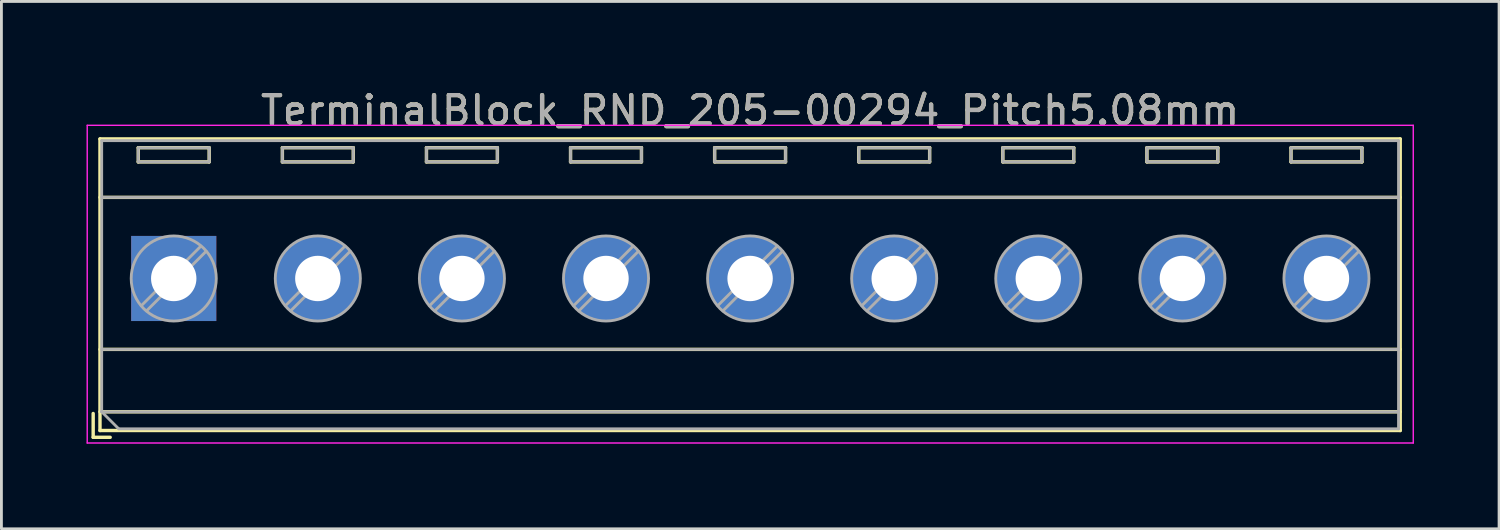
<source format=kicad_pcb>
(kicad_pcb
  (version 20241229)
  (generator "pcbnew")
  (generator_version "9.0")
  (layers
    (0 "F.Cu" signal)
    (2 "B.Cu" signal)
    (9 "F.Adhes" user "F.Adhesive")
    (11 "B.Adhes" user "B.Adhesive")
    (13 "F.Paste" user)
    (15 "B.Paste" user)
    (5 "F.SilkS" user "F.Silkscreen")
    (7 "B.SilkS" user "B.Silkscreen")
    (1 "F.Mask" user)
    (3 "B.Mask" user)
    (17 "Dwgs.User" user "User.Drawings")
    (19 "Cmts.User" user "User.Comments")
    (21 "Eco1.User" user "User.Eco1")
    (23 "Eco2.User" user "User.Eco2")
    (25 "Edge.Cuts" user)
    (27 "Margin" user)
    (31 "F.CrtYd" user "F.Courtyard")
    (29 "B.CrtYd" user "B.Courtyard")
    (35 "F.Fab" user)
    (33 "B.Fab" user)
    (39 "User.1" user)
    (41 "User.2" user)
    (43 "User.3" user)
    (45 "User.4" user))
  (footprint "TerminalBlock_RND_205-00294_Pitch5.08mm"
    (layer "F.Cu")
    (at 3.075 6.768)
    (property "Reference" "TerminalBlock_RND_205-00294_Pitch5.08mm" (at 20.32 -5.92 0) (layer "F.SilkS") (effects (font (size 1 1) (thickness 0.15))))
    (attr through_hole)
    (fp_line (start -2.84 4.76) (end -2.84 5.6) (stroke (width 0.12) (type solid)) (layer "F.SilkS"))
    (fp_line (start -2.84 5.6) (end -2.24 5.6) (stroke (width 0.12) (type solid)) (layer "F.SilkS"))
    (fp_line (start -2.6 -4.92) (end -2.6 5.36) (stroke (width 0.12) (type solid)) (layer "F.SilkS"))
    (fp_line (start -2.6 -2.86) (end 43.24 -2.86) (stroke (width 0.12) (type solid)) (layer "F.SilkS"))
    (fp_line (start -2.6 2.5) (end 43.24 2.5) (stroke (width 0.12) (type solid)) (layer "F.SilkS"))
    (fp_line (start -2.6 4.7) (end 43.24 4.7) (stroke (width 0.12) (type solid)) (layer "F.SilkS"))
    (fp_line (start -2.6 5.36) (end 43.24 5.36) (stroke (width 0.12) (type solid)) (layer "F.SilkS"))
    (fp_line (start -1.25 -4.61) (end -1.25 -4.11) (stroke (width 0.12) (type solid)) (layer "F.SilkS"))
    (fp_line (start -1.25 -4.61) (end 1.25 -4.61) (stroke (width 0.12) (type solid)) (layer "F.SilkS"))
    (fp_line (start -1.25 -4.11) (end 1.25 -4.11) (stroke (width 0.12) (type solid)) (layer "F.SilkS"))
    (fp_line (start 1.25 -4.61) (end 1.25 -4.11) (stroke (width 0.12) (type solid)) (layer "F.SilkS"))
    (fp_line (start 3.83 -4.61) (end 3.83 -4.11) (stroke (width 0.12) (type solid)) (layer "F.SilkS"))
    (fp_line (start 3.83 -4.61) (end 6.33 -4.61) (stroke (width 0.12) (type solid)) (layer "F.SilkS"))
    (fp_line (start 3.83 -4.11) (end 6.33 -4.11) (stroke (width 0.12) (type solid)) (layer "F.SilkS"))
    (fp_line (start 6.33 -4.61) (end 6.33 -4.11) (stroke (width 0.12) (type solid)) (layer "F.SilkS"))
    (fp_line (start 8.91 -4.61) (end 8.91 -4.11) (stroke (width 0.12) (type solid)) (layer "F.SilkS"))
    (fp_line (start 8.91 -4.61) (end 11.41 -4.61) (stroke (width 0.12) (type solid)) (layer "F.SilkS"))
    (fp_line (start 8.91 -4.11) (end 11.41 -4.11) (stroke (width 0.12) (type solid)) (layer "F.SilkS"))
    (fp_line (start 11.41 -4.61) (end 11.41 -4.11) (stroke (width 0.12) (type solid)) (layer "F.SilkS"))
    (fp_line (start 13.99 -4.61) (end 13.99 -4.11) (stroke (width 0.12) (type solid)) (layer "F.SilkS"))
    (fp_line (start 13.99 -4.61) (end 16.49 -4.61) (stroke (width 0.12) (type solid)) (layer "F.SilkS"))
    (fp_line (start 13.99 -4.11) (end 16.49 -4.11) (stroke (width 0.12) (type solid)) (layer "F.SilkS"))
    (fp_line (start 16.49 -4.61) (end 16.49 -4.11) (stroke (width 0.12) (type solid)) (layer "F.SilkS"))
    (fp_line (start 19.07 -4.61) (end 19.07 -4.11) (stroke (width 0.12) (type solid)) (layer "F.SilkS"))
    (fp_line (start 19.07 -4.61) (end 21.57 -4.61) (stroke (width 0.12) (type solid)) (layer "F.SilkS"))
    (fp_line (start 19.07 -4.11) (end 21.57 -4.11) (stroke (width 0.12) (type solid)) (layer "F.SilkS"))
    (fp_line (start 21.57 -4.61) (end 21.57 -4.11) (stroke (width 0.12) (type solid)) (layer "F.SilkS"))
    (fp_line (start 24.15 -4.61) (end 24.15 -4.11) (stroke (width 0.12) (type solid)) (layer "F.SilkS"))
    (fp_line (start 24.15 -4.61) (end 26.65 -4.61) (stroke (width 0.12) (type solid)) (layer "F.SilkS"))
    (fp_line (start 24.15 -4.11) (end 26.65 -4.11) (stroke (width 0.12) (type solid)) (layer "F.SilkS"))
    (fp_line (start 26.65 -4.61) (end 26.65 -4.11) (stroke (width 0.12) (type solid)) (layer "F.SilkS"))
    (fp_line (start 29.23 -4.61) (end 29.23 -4.11) (stroke (width 0.12) (type solid)) (layer "F.SilkS"))
    (fp_line (start 29.23 -4.61) (end 31.73 -4.61) (stroke (width 0.12) (type solid)) (layer "F.SilkS"))
    (fp_line (start 29.23 -4.11) (end 31.73 -4.11) (stroke (width 0.12) (type solid)) (layer "F.SilkS"))
    (fp_line (start 31.73 -4.61) (end 31.73 -4.11) (stroke (width 0.12) (type solid)) (layer "F.SilkS"))
    (fp_line (start 34.31 -4.61) (end 34.31 -4.11) (stroke (width 0.12) (type solid)) (layer "F.SilkS"))
    (fp_line (start 34.31 -4.61) (end 36.81 -4.61) (stroke (width 0.12) (type solid)) (layer "F.SilkS"))
    (fp_line (start 34.31 -4.11) (end 36.81 -4.11) (stroke (width 0.12) (type solid)) (layer "F.SilkS"))
    (fp_line (start 36.81 -4.61) (end 36.81 -4.11) (stroke (width 0.12) (type solid)) (layer "F.SilkS"))
    (fp_line (start 39.39 -4.61) (end 39.39 -4.11) (stroke (width 0.12) (type solid)) (layer "F.SilkS"))
    (fp_line (start 39.39 -4.61) (end 41.89 -4.61) (stroke (width 0.12) (type solid)) (layer "F.SilkS"))
    (fp_line (start 39.39 -4.11) (end 41.89 -4.11) (stroke (width 0.12) (type solid)) (layer "F.SilkS"))
    (fp_line (start 41.89 -4.61) (end 41.89 -4.11) (stroke (width 0.12) (type solid)) (layer "F.SilkS"))
    (fp_line (start 43.24 -4.92) (end -2.6 -4.92) (stroke (width 0.12) (type solid)) (layer "F.SilkS"))
    (fp_line (start 43.24 5.36) (end 43.24 -4.92) (stroke (width 0.12) (type solid)) (layer "F.SilkS"))
    (fp_line (start -3.05 -5.4) (end -3.05 5.8) (stroke (width 0.05) (type solid)) (layer "F.CrtYd"))
    (fp_line (start -3.05 5.8) (end 43.7 5.8) (stroke (width 0.05) (type solid)) (layer "F.CrtYd"))
    (fp_line (start 43.7 -5.4) (end -3.05 -5.4) (stroke (width 0.05) (type solid)) (layer "F.CrtYd"))
    (fp_line (start 43.7 5.8) (end 43.7 -5.4) (stroke (width 0.05) (type solid)) (layer "F.CrtYd"))
    (fp_line (start -2.54 -4.86) (end 43.18 -4.86) (stroke (width 0.1) (type solid)) (layer "F.Fab"))
    (fp_line (start -2.54 -2.86) (end 43.18 -2.86) (stroke (width 0.1) (type solid)) (layer "F.Fab"))
    (fp_line (start -2.54 2.5) (end 43.18 2.5) (stroke (width 0.1) (type solid)) (layer "F.Fab"))
    (fp_line (start -2.54 4.7) (end -2.54 -4.86) (stroke (width 0.1) (type solid)) (layer "F.Fab"))
    (fp_line (start -2.54 4.7) (end 43.18 4.7) (stroke (width 0.1) (type solid)) (layer "F.Fab"))
    (fp_line (start -1.94 5.3) (end -2.54 4.7) (stroke (width 0.1) (type solid)) (layer "F.Fab"))
    (fp_line (start -1.25 -4.61) (end -1.25 -4.11) (stroke (width 0.1) (type solid)) (layer "F.Fab"))
    (fp_line (start -1.25 -4.11) (end 1.25 -4.11) (stroke (width 0.1) (type solid)) (layer "F.Fab"))
    (fp_line (start 0.955 -1.138) (end -1.138 0.955) (stroke (width 0.1) (type solid)) (layer "F.Fab"))
    (fp_line (start 1.138 -0.955) (end -0.955 1.138) (stroke (width 0.1) (type solid)) (layer "F.Fab"))
    (fp_line (start 1.25 -4.61) (end -1.25 -4.61) (stroke (width 0.1) (type solid)) (layer "F.Fab"))
    (fp_line (start 1.25 -4.11) (end 1.25 -4.61) (stroke (width 0.1) (type solid)) (layer "F.Fab"))
    (fp_line (start 3.83 -4.61) (end 3.83 -4.11) (stroke (width 0.1) (type solid)) (layer "F.Fab"))
    (fp_line (start 3.83 -4.11) (end 6.33 -4.11) (stroke (width 0.1) (type solid)) (layer "F.Fab"))
    (fp_line (start 6.035 -1.138) (end 3.943 0.955) (stroke (width 0.1) (type solid)) (layer "F.Fab"))
    (fp_line (start 6.218 -0.955) (end 4.126 1.138) (stroke (width 0.1) (type solid)) (layer "F.Fab"))
    (fp_line (start 6.33 -4.61) (end 3.83 -4.61) (stroke (width 0.1) (type solid)) (layer "F.Fab"))
    (fp_line (start 6.33 -4.11) (end 6.33 -4.61) (stroke (width 0.1) (type solid)) (layer "F.Fab"))
    (fp_line (start 8.91 -4.61) (end 8.91 -4.11) (stroke (width 0.1) (type solid)) (layer "F.Fab"))
    (fp_line (start 8.91 -4.11) (end 11.41 -4.11) (stroke (width 0.1) (type solid)) (layer "F.Fab"))
    (fp_line (start 11.115 -1.138) (end 9.023 0.955) (stroke (width 0.1) (type solid)) (layer "F.Fab"))
    (fp_line (start 11.298 -0.955) (end 9.206 1.138) (stroke (width 0.1) (type solid)) (layer "F.Fab"))
    (fp_line (start 11.41 -4.61) (end 8.91 -4.61) (stroke (width 0.1) (type solid)) (layer "F.Fab"))
    (fp_line (start 11.41 -4.11) (end 11.41 -4.61) (stroke (width 0.1) (type solid)) (layer "F.Fab"))
    (fp_line (start 13.99 -4.61) (end 13.99 -4.11) (stroke (width 0.1) (type solid)) (layer "F.Fab"))
    (fp_line (start 13.99 -4.11) (end 16.49 -4.11) (stroke (width 0.1) (type solid)) (layer "F.Fab"))
    (fp_line (start 16.195 -1.138) (end 14.103 0.955) (stroke (width 0.1) (type solid)) (layer "F.Fab"))
    (fp_line (start 16.378 -0.955) (end 14.286 1.138) (stroke (width 0.1) (type solid)) (layer "F.Fab"))
    (fp_line (start 16.49 -4.61) (end 13.99 -4.61) (stroke (width 0.1) (type solid)) (layer "F.Fab"))
    (fp_line (start 16.49 -4.11) (end 16.49 -4.61) (stroke (width 0.1) (type solid)) (layer "F.Fab"))
    (fp_line (start 19.07 -4.61) (end 19.07 -4.11) (stroke (width 0.1) (type solid)) (layer "F.Fab"))
    (fp_line (start 19.07 -4.11) (end 21.57 -4.11) (stroke (width 0.1) (type solid)) (layer "F.Fab"))
    (fp_line (start 21.275 -1.138) (end 19.183 0.955) (stroke (width 0.1) (type solid)) (layer "F.Fab"))
    (fp_line (start 21.458 -0.955) (end 19.366 1.138) (stroke (width 0.1) (type solid)) (layer "F.Fab"))
    (fp_line (start 21.57 -4.61) (end 19.07 -4.61) (stroke (width 0.1) (type solid)) (layer "F.Fab"))
    (fp_line (start 21.57 -4.11) (end 21.57 -4.61) (stroke (width 0.1) (type solid)) (layer "F.Fab"))
    (fp_line (start 24.15 -4.61) (end 24.15 -4.11) (stroke (width 0.1) (type solid)) (layer "F.Fab"))
    (fp_line (start 24.15 -4.11) (end 26.65 -4.11) (stroke (width 0.1) (type solid)) (layer "F.Fab"))
    (fp_line (start 26.355 -1.138) (end 24.263 0.955) (stroke (width 0.1) (type solid)) (layer "F.Fab"))
    (fp_line (start 26.538 -0.955) (end 24.446 1.138) (stroke (width 0.1) (type solid)) (layer "F.Fab"))
    (fp_line (start 26.65 -4.61) (end 24.15 -4.61) (stroke (width 0.1) (type solid)) (layer "F.Fab"))
    (fp_line (start 26.65 -4.11) (end 26.65 -4.61) (stroke (width 0.1) (type solid)) (layer "F.Fab"))
    (fp_line (start 29.23 -4.61) (end 29.23 -4.11) (stroke (width 0.1) (type solid)) (layer "F.Fab"))
    (fp_line (start 29.23 -4.11) (end 31.73 -4.11) (stroke (width 0.1) (type solid)) (layer "F.Fab"))
    (fp_line (start 31.435 -1.138) (end 29.343 0.955) (stroke (width 0.1) (type solid)) (layer "F.Fab"))
    (fp_line (start 31.618 -0.955) (end 29.526 1.138) (stroke (width 0.1) (type solid)) (layer "F.Fab"))
    (fp_line (start 31.73 -4.61) (end 29.23 -4.61) (stroke (width 0.1) (type solid)) (layer "F.Fab"))
    (fp_line (start 31.73 -4.11) (end 31.73 -4.61) (stroke (width 0.1) (type solid)) (layer "F.Fab"))
    (fp_line (start 34.31 -4.61) (end 34.31 -4.11) (stroke (width 0.1) (type solid)) (layer "F.Fab"))
    (fp_line (start 34.31 -4.11) (end 36.81 -4.11) (stroke (width 0.1) (type solid)) (layer "F.Fab"))
    (fp_line (start 36.515 -1.138) (end 34.423 0.955) (stroke (width 0.1) (type solid)) (layer "F.Fab"))
    (fp_line (start 36.698 -0.955) (end 34.606 1.138) (stroke (width 0.1) (type solid)) (layer "F.Fab"))
    (fp_line (start 36.81 -4.61) (end 34.31 -4.61) (stroke (width 0.1) (type solid)) (layer "F.Fab"))
    (fp_line (start 36.81 -4.11) (end 36.81 -4.61) (stroke (width 0.1) (type solid)) (layer "F.Fab"))
    (fp_line (start 39.39 -4.61) (end 39.39 -4.11) (stroke (width 0.1) (type solid)) (layer "F.Fab"))
    (fp_line (start 39.39 -4.11) (end 41.89 -4.11) (stroke (width 0.1) (type solid)) (layer "F.Fab"))
    (fp_line (start 41.595 -1.138) (end 39.503 0.955) (stroke (width 0.1) (type solid)) (layer "F.Fab"))
    (fp_line (start 41.778 -0.955) (end 39.686 1.138) (stroke (width 0.1) (type solid)) (layer "F.Fab"))
    (fp_line (start 41.89 -4.61) (end 39.39 -4.61) (stroke (width 0.1) (type solid)) (layer "F.Fab"))
    (fp_line (start 41.89 -4.11) (end 41.89 -4.61) (stroke (width 0.1) (type solid)) (layer "F.Fab"))
    (fp_line (start 43.18 -4.86) (end 43.18 5.3) (stroke (width 0.1) (type solid)) (layer "F.Fab"))
    (fp_line (start 43.18 5.3) (end -1.94 5.3) (stroke (width 0.1) (type solid)) (layer "F.Fab"))
    (fp_circle (center 0 0) (end 1.5 0) (stroke (width 0.1) (type solid)) (fill no) (layer "F.Fab"))
    (fp_circle (center 5.08 0) (end 6.58 0) (stroke (width 0.1) (type solid)) (fill no) (layer "F.Fab"))
    (fp_circle (center 10.16 0) (end 11.66 0) (stroke (width 0.1) (type solid)) (fill no) (layer "F.Fab"))
    (fp_circle (center 15.24 0) (end 16.74 0) (stroke (width 0.1) (type solid)) (fill no) (layer "F.Fab"))
    (fp_circle (center 20.32 0) (end 21.82 0) (stroke (width 0.1) (type solid)) (fill no) (layer "F.Fab"))
    (fp_circle (center 25.4 0) (end 26.9 0) (stroke (width 0.1) (type solid)) (fill no) (layer "F.Fab"))
    (fp_circle (center 30.48 0) (end 31.98 0) (stroke (width 0.1) (type solid)) (fill no) (layer "F.Fab"))
    (fp_circle (center 35.56 0) (end 37.06 0) (stroke (width 0.1) (type solid)) (fill no) (layer "F.Fab"))
    (fp_circle (center 40.64 0) (end 42.14 0) (stroke (width 0.1) (type solid)) (fill no) (layer "F.Fab"))
    (fp_text user "${REFERENCE}" (at 20.32 -5.92 0) (layer "F.Fab") (effects (font (size 1 1) (thickness 0.15))))
    (pad "1" thru_hole rect (at 0 0) (size 3 3) (drill 1.6) (layers "*.Cu" "*.Mask"))
    (pad "2" thru_hole circle (at 5.08 0) (size 3 3) (drill 1.6) (layers "*.Cu" "*.Mask"))
    (pad "3" thru_hole circle (at 10.16 0) (size 3 3) (drill 1.6) (layers "*.Cu" "*.Mask"))
    (pad "4" thru_hole circle (at 15.24 0) (size 3 3) (drill 1.6) (layers "*.Cu" "*.Mask"))
    (pad "5" thru_hole circle (at 20.32 0) (size 3 3) (drill 1.6) (layers "*.Cu" "*.Mask"))
    (pad "6" thru_hole circle (at 25.4 0) (size 3 3) (drill 1.6) (layers "*.Cu" "*.Mask"))
    (pad "7" thru_hole circle (at 30.48 0) (size 3 3) (drill 1.6) (layers "*.Cu" "*.Mask"))
    (pad "8" thru_hole circle (at 35.56 0) (size 3 3) (drill 1.6) (layers "*.Cu" "*.Mask"))
    (pad "9" thru_hole circle (at 40.64 0) (size 3 3) (drill 1.6) (layers "*.Cu" "*.Mask")))
  (gr_rect
    (start -3 -3)
    (end 49.8 15.593)
    (stroke (width 0.1) (type default))
    (fill no)
    (layer "Edge.Cuts")))
</source>
